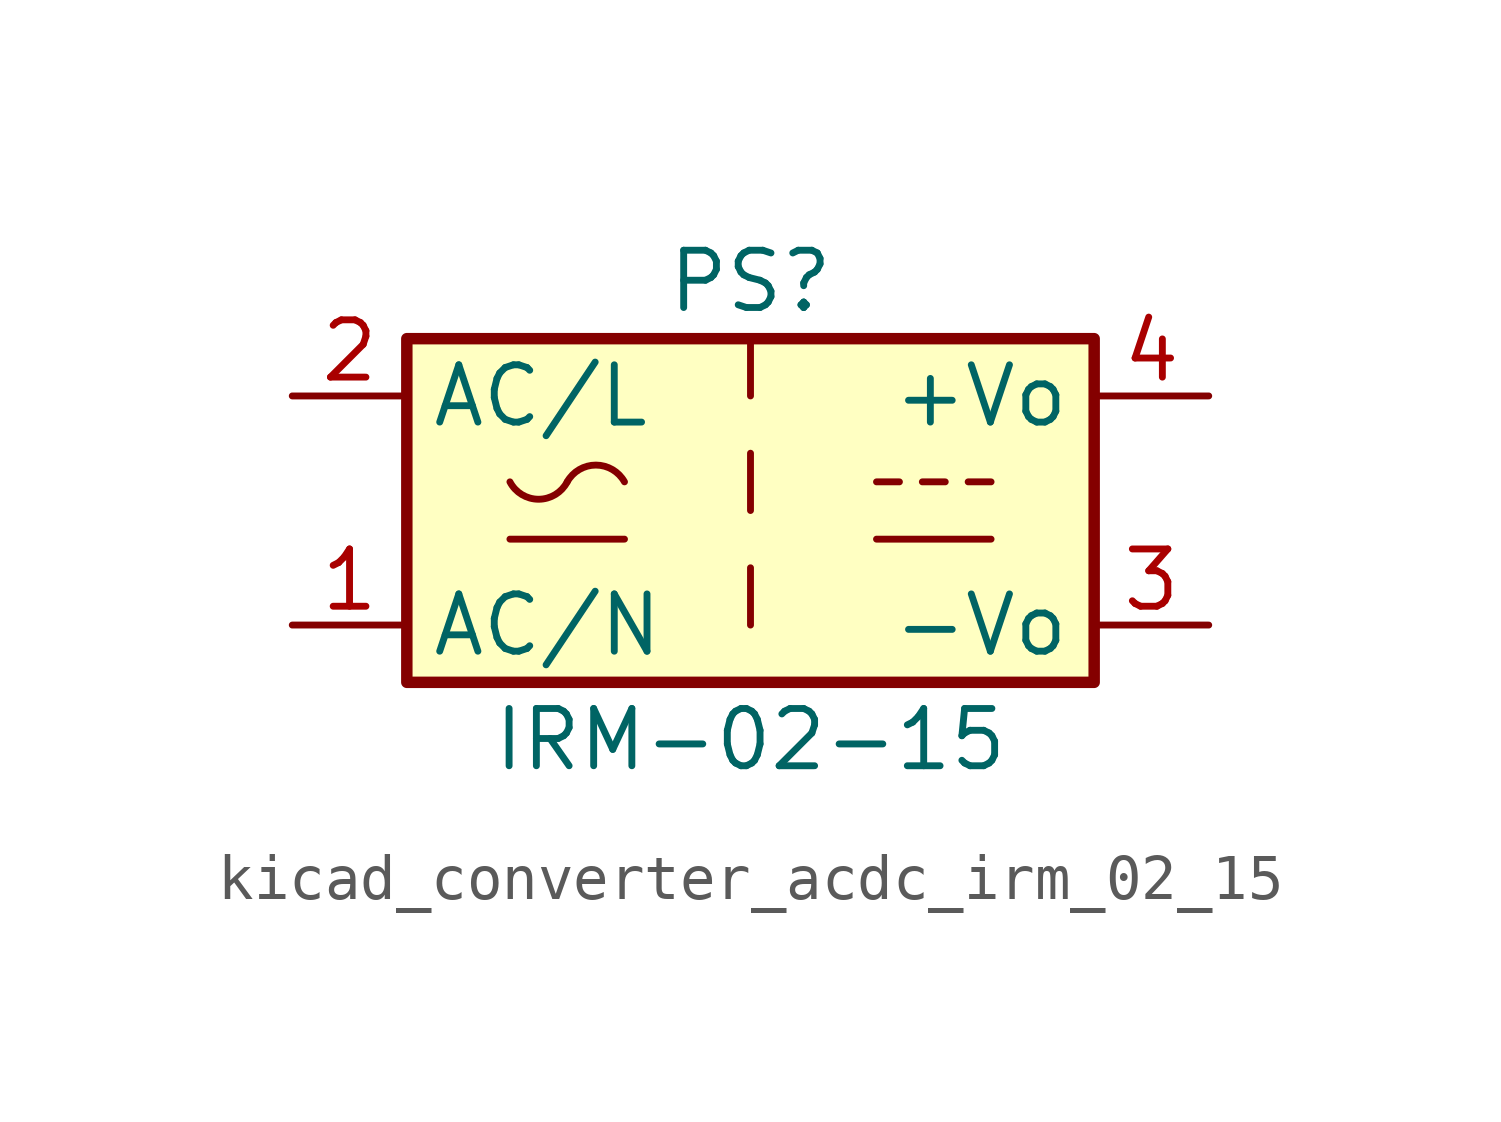
<source format=kicad_sym>
(kicad_symbol_lib
  (version 20220914)
  (generator kicad_symbol_editor)
  (symbol "kicad_converter_acdc_irm_02_15"
    (property "Reference" "PS"
      (at 0 5.08 0)
      (effects (font (size 1.27 1.27))))
    (property "Value" "IRM-02-15"
      (at 0 -5.08 0)
      (effects (font (size 1.27 1.27))))
    (symbol "kicad_converter_acdc_irm_02_15_0_1"
      (rectangle (start -7.62 3.81) (end 7.62 -3.81) (stroke (width 0.254) (type default)) (fill (type background)))
      (arc (start -5.334 0.635) (mid -4.699 0.2495) (end -4.064 0.635) (stroke (width 0) (type default)) (fill (type none)))
      (arc (start -2.794 0.635) (mid -3.429 1.0072) (end -4.064 0.635) (stroke (width 0) (type default)) (fill (type none)))
      (polyline (pts (xy -5.334 -0.635) (xy -2.794 -0.635)) (stroke (width 0) (type default)) (fill (type none)))
      (polyline (pts (xy 2.794 -0.635) (xy 5.334 -0.635)) (stroke (width 0) (type default)) (fill (type none)))
      (polyline (pts (xy 2.794 0.635) (xy 3.302 0.635)) (stroke (width 0) (type default)) (fill (type none)))
      (polyline (pts (xy 3.81 0.635) (xy 4.318 0.635)) (stroke (width 0) (type default)) (fill (type none)))
      (polyline (pts (xy 4.826 0.635) (xy 5.334 0.635)) (stroke (width 0) (type default)) (fill (type none))))
    (symbol "kicad_converter_acdc_irm_02_15_1_1"
      (polyline (pts (xy 0 -1.27) (xy 0 -2.54)) (stroke (width 0) (type default)) (fill (type none)))
      (polyline (pts (xy 0 1.27) (xy 0 0)) (stroke (width 0) (type default)) (fill (type none)))
      (polyline (pts (xy 0 3.81) (xy 0 2.54)) (stroke (width 0) (type default)) (fill (type none)))
      (pin power_in line (at -10.16 -2.54 0) (length 2.54) (name "AC/N" (effects (font (size 1.27 1.27)))) (number "1" (effects (font (size 1.27 1.27)))))
      (pin power_in line (at -10.16 2.54 0) (length 2.54) (name "AC/L" (effects (font (size 1.27 1.27)))) (number "2" (effects (font (size 1.27 1.27)))))
      (pin power_out line (at 10.16 -2.54 180) (length 2.54) (name "-Vo" (effects (font (size 1.27 1.27)))) (number "3" (effects (font (size 1.27 1.27)))))
      (pin power_out line (at 10.16 2.54 180) (length 2.54) (name "+Vo" (effects (font (size 1.27 1.27)))) (number "4" (effects (font (size 1.27 1.27))))))))
</source>
